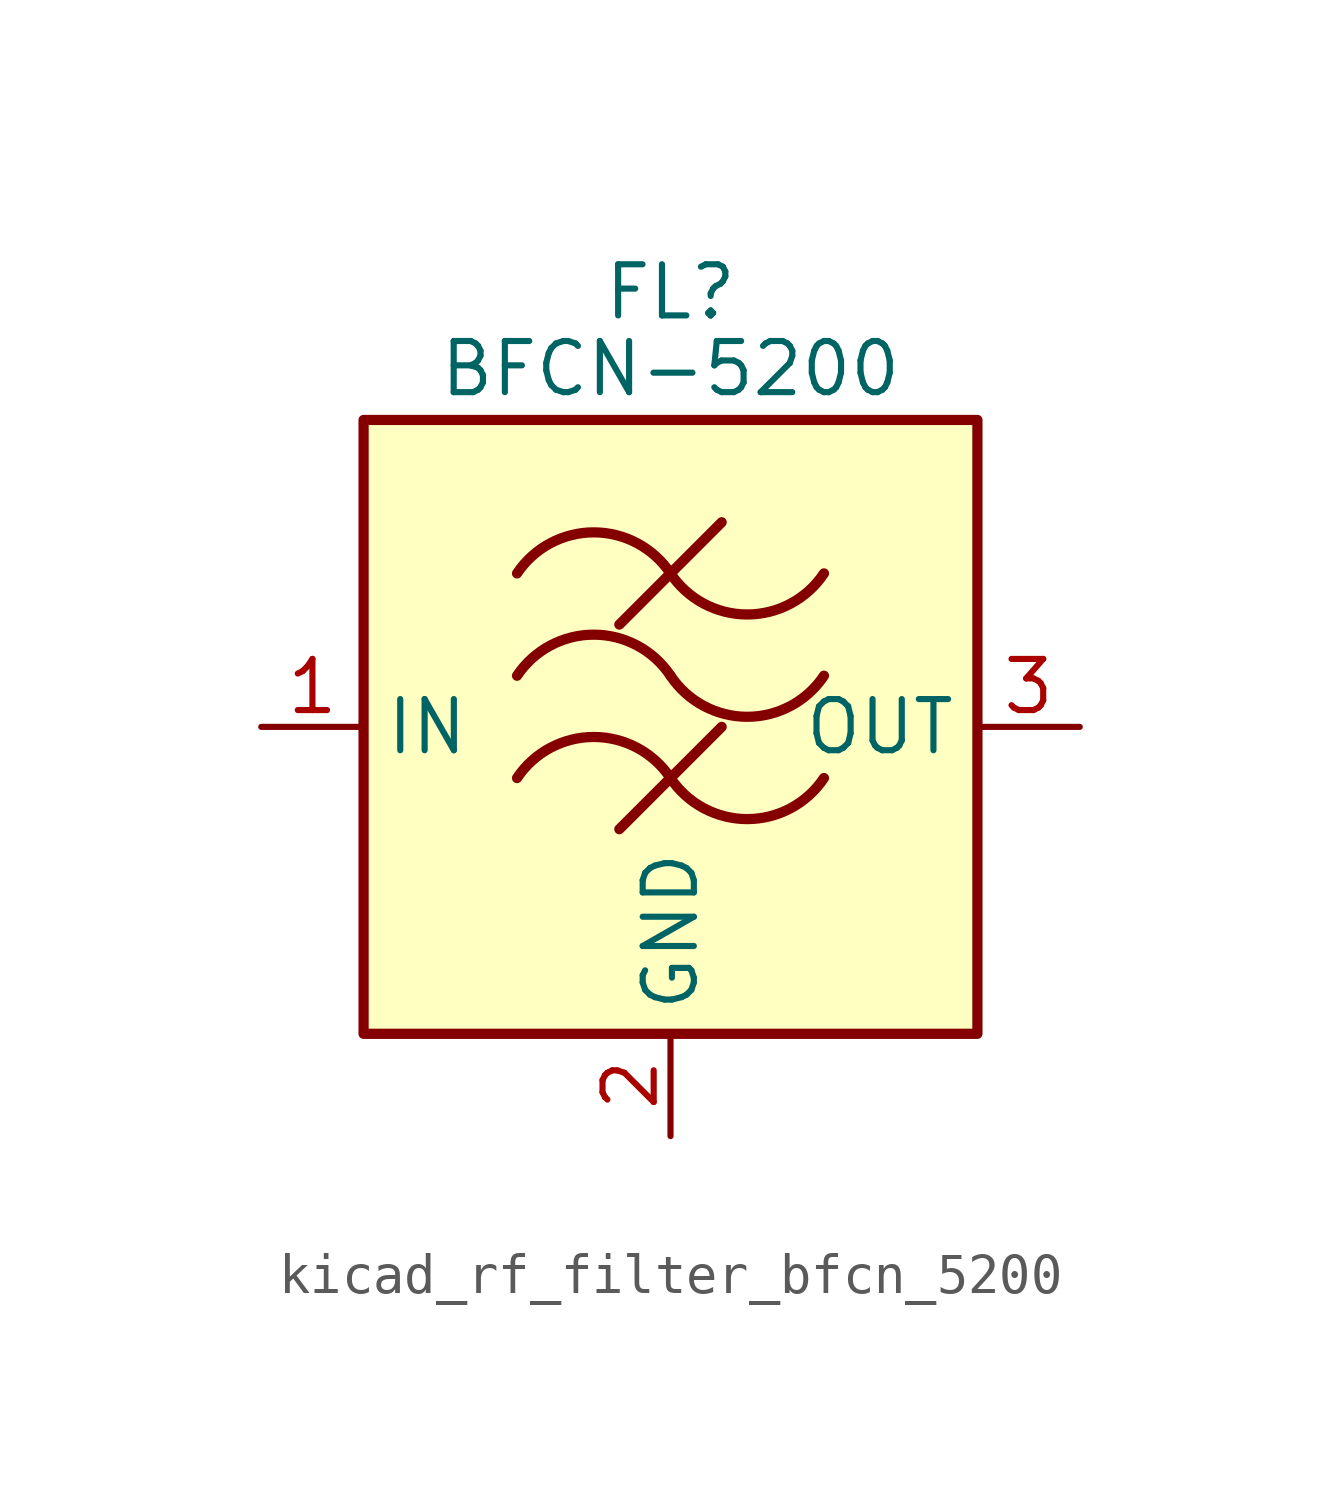
<source format=kicad_sym>
(kicad_symbol_lib
  (version 20220914)
  (generator kicad_symbol_editor)
  (symbol "kicad_rf_filter_bfcn_5200"
    (property "Reference" "FL"
      (at 0 10.795 0)
      (effects (font (size 1.27 1.27))))
    (property "Value" "BFCN-5200"
      (at 0 8.89 0)
      (effects (font (size 1.27 1.27))))
    (symbol "kicad_rf_filter_bfcn_5200_0_1"
      (rectangle (start -7.62 7.62) (end 7.62 -7.62) (stroke (width 0.254) (type default)) (fill (type background)))
      (arc (start 0 -1.27) (mid -1.905 -0.2505) (end -3.81 -1.27) (stroke (width 0.254) (type default)) (fill (type none)))
      (arc (start 0 -1.27) (mid 1.905 -2.2895) (end 3.81 -1.27) (stroke (width 0.254) (type default)) (fill (type none)))
      (polyline (pts (xy -1.27 -2.54) (xy 1.27 0)) (stroke (width 0.254) (type default)) (fill (type none)))
      (polyline (pts (xy -1.27 2.54) (xy 1.27 5.08)) (stroke (width 0.254) (type default)) (fill (type none)))
      (arc (start 0 1.27) (mid -1.905 2.2895) (end -3.81 1.27) (stroke (width 0.254) (type default)) (fill (type none)))
      (arc (start 0 1.27) (mid 1.905 0.2505) (end 3.81 1.27) (stroke (width 0.254) (type default)) (fill (type none)))
      (arc (start 0 3.81) (mid -1.905 4.8295) (end -3.81 3.81) (stroke (width 0.254) (type default)) (fill (type none)))
      (arc (start 0 3.81) (mid 1.905 2.7905) (end 3.81 3.81) (stroke (width 0.254) (type default)) (fill (type none))))
    (symbol "kicad_rf_filter_bfcn_5200_1_1"
      (pin passive line (at -10.16 0 0) (length 2.54) (name "IN" (effects (font (size 1.27 1.27)))) (number "1" (effects (font (size 1.27 1.27)))))
      (pin passive line (at 0 -10.16 90) (length 2.54) (name "GND" (effects (font (size 1.27 1.27)))) (number "2" (effects (font (size 1.27 1.27)))))
      (pin passive line (at 10.16 0 180) (length 2.54) (name "OUT" (effects (font (size 1.27 1.27)))) (number "3" (effects (font (size 1.27 1.27)))))
      (pin passive line (at 0 -10.16 90) (length 2.54) hide (name "GND" (effects (font (size 1.27 1.27)))) (number "4" (effects (font (size 1.27 1.27))))))))
</source>
